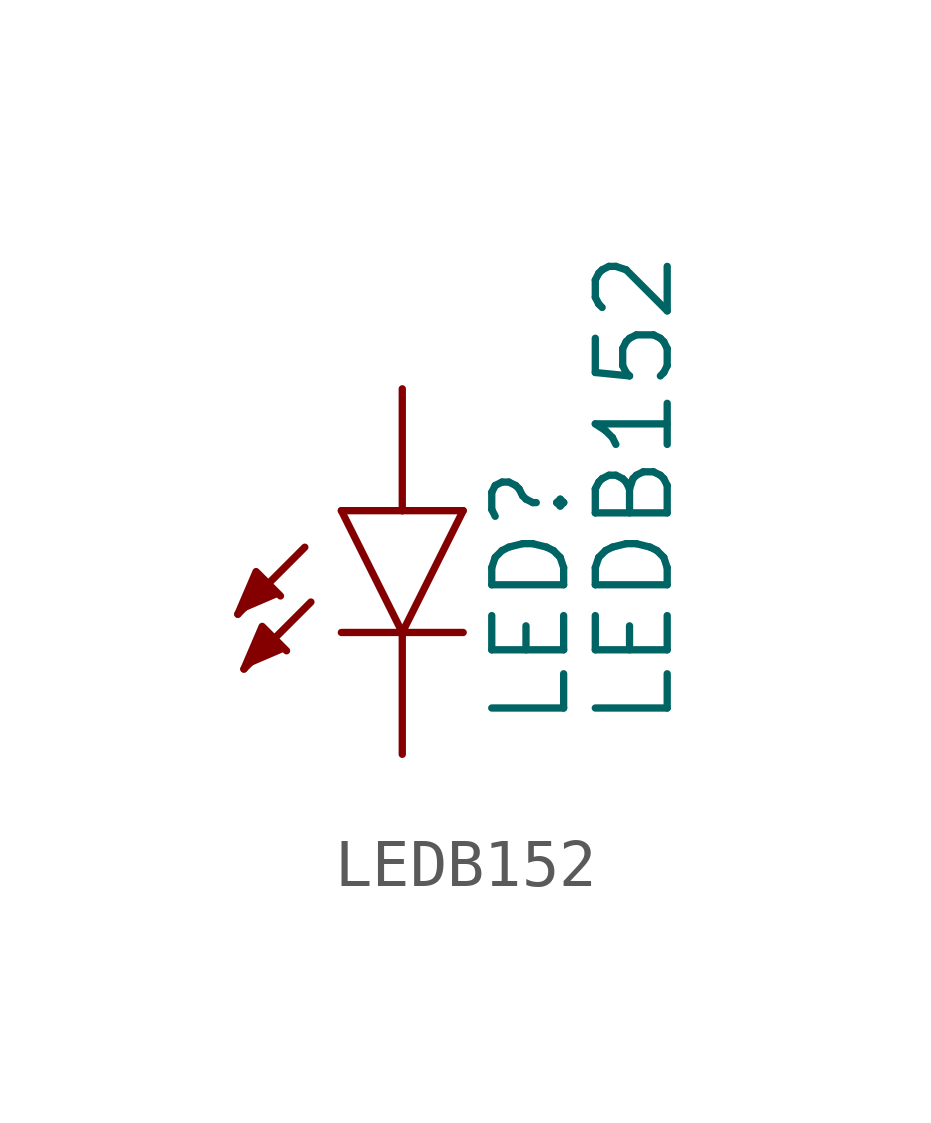
<source format=kicad_sym>
(kicad_symbol_lib
  (version 20211014)
  (generator kicad_symbol_editor)
  (symbol "LEDB152"
    (pin_names
      (offset 1.016))
    (property "Reference" "LED"
      (at 3.556 -4.572 90)
      (effects (font (size 1.499 1.499)) (justify left bottom)))
    (property "Value" "LEDB152"
      (at 5.715 -4.572 90)
      (effects (font (size 1.499 1.499)) (justify left bottom)))
    (property "ki_locked" ""
      (at 0 0 0)
      (effects (font (size 1.27 1.27))))
    (symbol "LEDB152_1_0"
      (polyline (pts (xy -2.032 -0.762) (xy -3.429 -2.159)) (stroke (width 0) (type default) (color 0 0 0 0)) (fill (type none)))
      (polyline (pts (xy -1.905 -1.905) (xy -3.302 -3.302)) (stroke (width 0) (type default) (color 0 0 0 0)) (fill (type none)))
      (polyline (pts (xy 0 -2.54) (xy -1.27 -2.54)) (stroke (width 0) (type default) (color 0 0 0 0)) (fill (type none)))
      (polyline (pts (xy 0 -2.54) (xy -1.27 0)) (stroke (width 0) (type default) (color 0 0 0 0)) (fill (type none)))
      (polyline (pts (xy 0 0) (xy -1.27 0)) (stroke (width 0) (type default) (color 0 0 0 0)) (fill (type none)))
      (polyline (pts (xy 1.27 -2.54) (xy 0 -2.54)) (stroke (width 0) (type default) (color 0 0 0 0)) (fill (type none)))
      (polyline (pts (xy 1.27 0) (xy 0 -2.54)) (stroke (width 0) (type default) (color 0 0 0 0)) (fill (type none)))
      (polyline (pts (xy 1.27 0) (xy 0 0)) (stroke (width 0) (type default) (color 0 0 0 0)) (fill (type none)))
      (polyline (pts (xy -3.429 -2.159) (xy -3.048 -1.27) (xy -2.54 -1.778)) (stroke (width 0) (type default) (color 0 0 0 0)) (fill (type outline)))
      (polyline (pts (xy -3.302 -3.302) (xy -2.921 -2.413) (xy -2.413 -2.921)) (stroke (width 0) (type default) (color 0 0 0 0)) (fill (type outline)))
      (pin passive line (at 0 2.54 270) (length 2.54) (name "A" (effects (font (size 0 0)))) (number "A" (effects (font (size 0 0)))))
      (pin passive line (at 0 -5.08 90) (length 2.54) (name "C" (effects (font (size 0 0)))) (number "K" (effects (font (size 0 0))))))))
</source>
